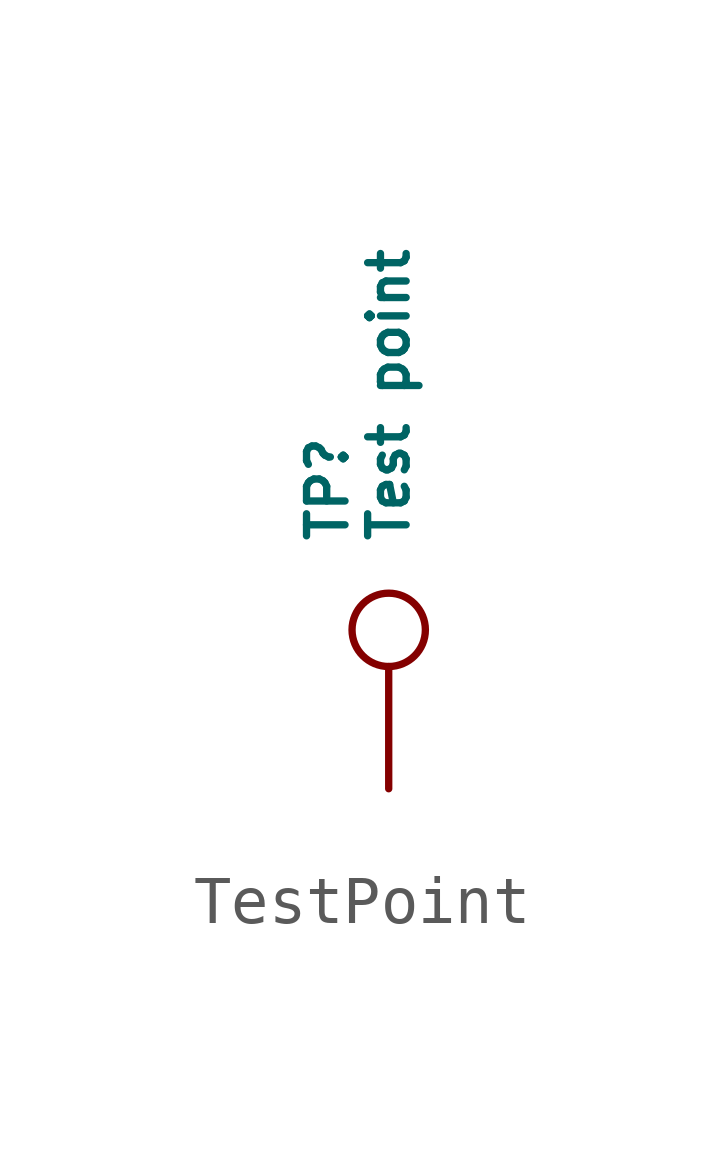
<source format=kicad_sym>
(kicad_symbol_lib
  (version 20220914)
  (generator kicad_symbol_editor)
  (symbol "TestPoint"
    (pin_numbers hide)
    (pin_names
      (offset 0.762) hide)
    (property "Reference" "TP"
      (at -1.27 5.08 90)
      (do_not_autoplace)
      (effects (font (size 0.8 0.8)) (justify left)))
    (property "Value" "Test point"
      (at 0 5.08 90)
      (do_not_autoplace)
      (effects (font (size 0.8 0.8)) (justify left)))
    (symbol "TestPoint_0_1"
      (circle (center 0 3.302) (radius 0.762) (stroke (width 0) (type default)) (fill (type none))))
    (symbol "TestPoint_1_1"
      (pin passive line (at 0 0 90) (length 2.54) (name "1" (effects (font (size 1.27 1.27)))) (number "1" (effects (font (size 1.27 1.27))))))))
</source>
